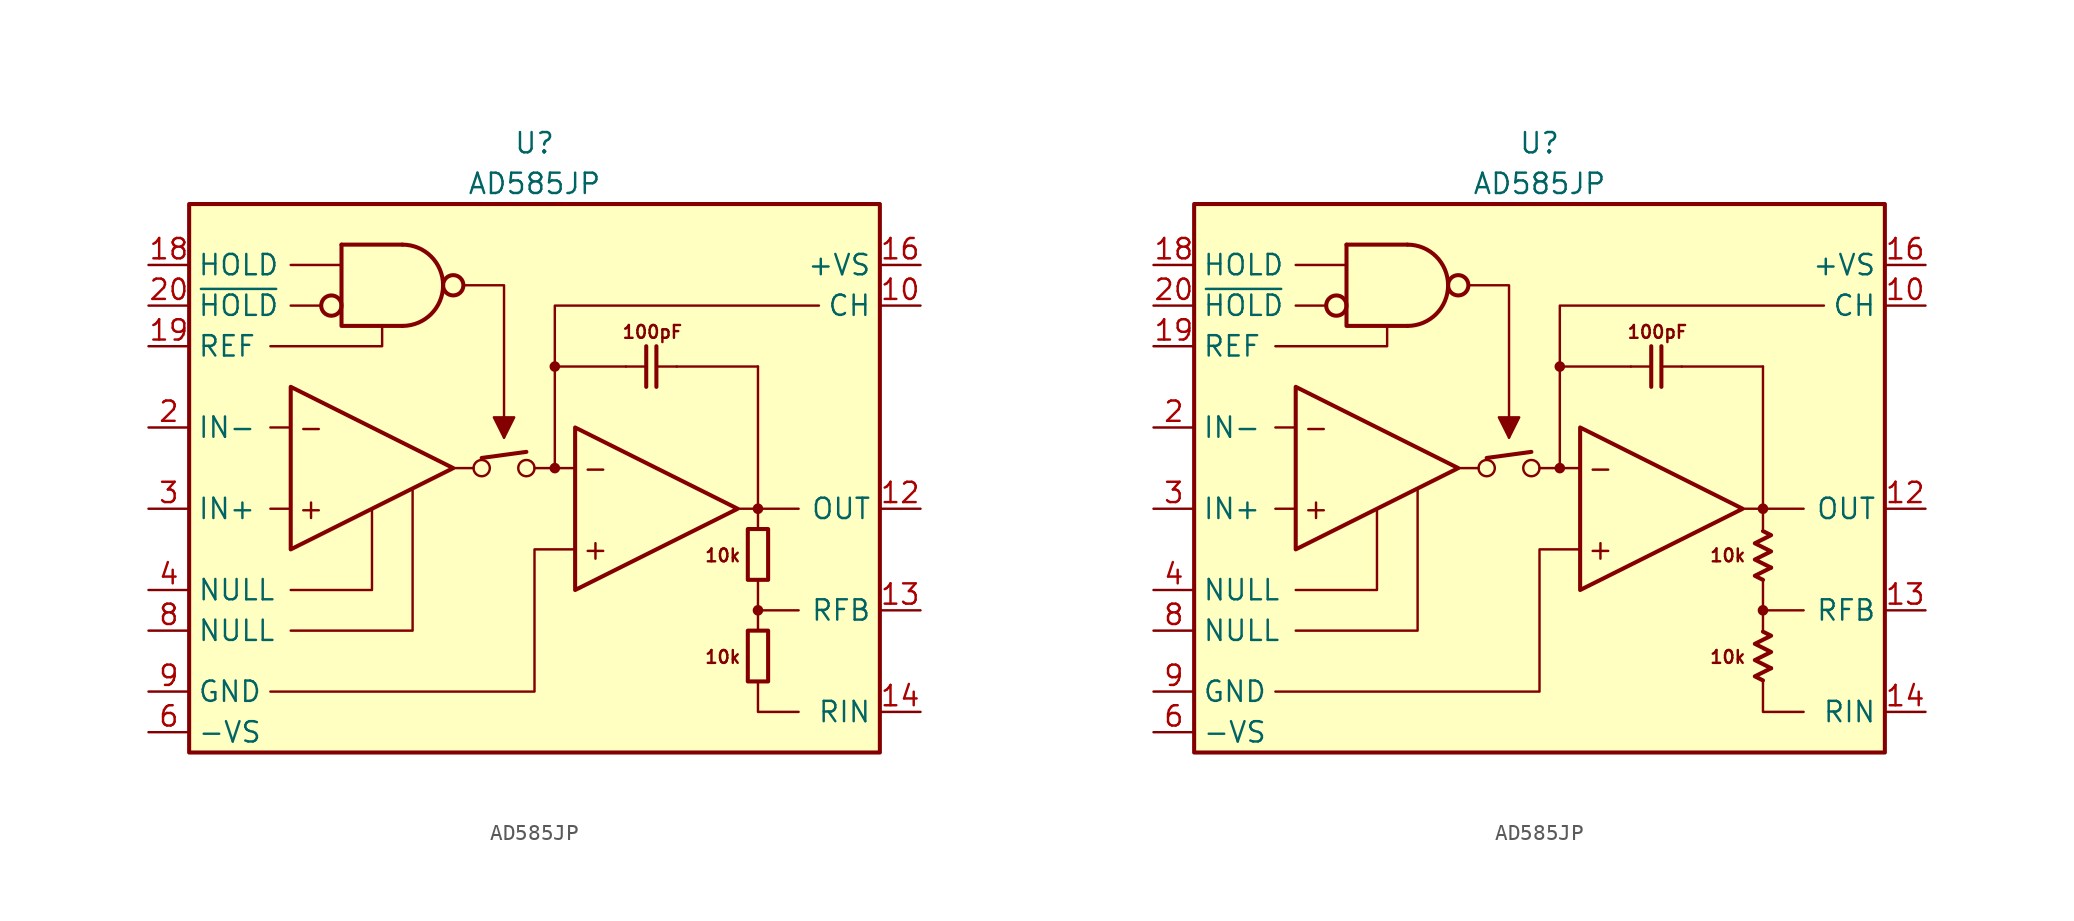
<source format=kicad_sym>
(kicad_symbol_lib
  (version 20231120)
  (generator "kicad_symbol_editor")
  (generator_version "8.0")
  (symbol "AD585JP"
    (property "Reference" "U"
      (at 0 22.86 0)
      (effects (font (size 1.27 1.27))))
    (property "Value" "AD585JP"
      (at 0 20.32 0)
      (effects (font (size 1.27 1.27))))
    (symbol "AD585JP_0_0"
      (rectangle (start -21.59 19.05) (end 21.59 -15.24) (stroke (width 0.254) (type default)) (fill (type background)))
      (circle (center -3.302 2.54) (radius 0.508) (stroke (width 0) (type default)) (fill (type none)))
      (circle (center -0.508 2.54) (radius 0.508) (stroke (width 0) (type default)) (fill (type none)))
      (polyline (pts (xy -15.24 0) (xy -16.51 0)) (stroke (width 0.152) (type default)) (fill (type none)))
      (polyline (pts (xy -15.24 5.08) (xy -16.51 5.08)) (stroke (width 0.152) (type default)) (fill (type none)))
      (polyline (pts (xy -13.335 12.7) (xy -15.24 12.7)) (stroke (width 0.152) (type default)) (fill (type none)))
      (polyline (pts (xy -12.065 15.24) (xy -15.24 15.24)) (stroke (width 0.152) (type default)) (fill (type none)))
      (polyline (pts (xy -3.81 2.54) (xy -5.08 2.54)) (stroke (width 0.152) (type default)) (fill (type none)))
      (polyline (pts (xy -3.302 3.175) (xy -0.508 3.556)) (stroke (width 0.254) (type default)) (fill (type none)))
      (polyline (pts (xy -1.905 5.08) (xy -1.905 4.445)) (stroke (width 0.152) (type default)) (fill (type none)))
      (polyline (pts (xy 1.27 2.54) (xy 1.27 8.89)) (stroke (width 0.152) (type default)) (fill (type none)))
      (polyline (pts (xy 1.27 8.89) (xy 5.715 8.89)) (stroke (width 0.152) (type default)) (fill (type none)))
      (polyline (pts (xy 2.54 2.54) (xy 0 2.54)) (stroke (width 0.152) (type default)) (fill (type none)))
      (polyline (pts (xy 8.89 8.89) (xy 13.97 8.89)) (stroke (width 0.152) (type default)) (fill (type none)))
      (polyline (pts (xy 12.7 0) (xy 13.97 0)) (stroke (width 0.152) (type default)) (fill (type none)))
      (polyline (pts (xy 13.97 -7.62) (xy 13.97 -4.445)) (stroke (width 0.152) (type default)) (fill (type none)))
      (polyline (pts (xy 13.97 -6.35) (xy 16.51 -6.35)) (stroke (width 0.152) (type default)) (fill (type none)))
      (polyline (pts (xy 13.97 -1.27) (xy 13.97 0)) (stroke (width 0.152) (type default)) (fill (type none)))
      (polyline (pts (xy 13.97 0) (xy 16.51 0)) (stroke (width 0.152) (type default)) (fill (type none)))
      (polyline (pts (xy 13.97 8.89) (xy 13.97 0)) (stroke (width 0.152) (type default)) (fill (type none)))
      (polyline (pts (xy -15.24 -5.08) (xy -10.16 -5.08) (xy -10.16 0)) (stroke (width 0.152) (type default)) (fill (type none)))
      (polyline (pts (xy -9.525 11.43) (xy -9.525 10.16) (xy -16.51 10.16)) (stroke (width 0.152) (type default)) (fill (type none)))
      (polyline (pts (xy -7.62 1.27) (xy -7.62 -7.62) (xy -15.24 -7.62)) (stroke (width 0.152) (type default)) (fill (type none)))
      (polyline (pts (xy -4.445 13.97) (xy -1.905 13.97) (xy -1.905 5.08)) (stroke (width 0.152) (type default)) (fill (type none)))
      (polyline (pts (xy 1.27 8.89) (xy 1.27 12.7) (xy 17.78 12.7)) (stroke (width 0.152) (type default)) (fill (type none)))
      (polyline (pts (xy 13.97 -10.795) (xy 13.97 -12.7) (xy 16.51 -12.7)) (stroke (width 0.152) (type default)) (fill (type none)))
      (polyline (pts (xy -16.51 -11.43) (xy 0 -11.43) (xy 0 -2.54) (xy 2.54 -2.54)) (stroke (width 0.152) (type default)) (fill (type none)))
      (polyline (pts (xy -1.905 4.445) (xy -2.54 5.715) (xy -1.27 5.715) (xy -1.905 4.445)) (stroke (width 0.152) (type default)) (fill (type outline)))
      (circle (center 1.27 2.54) (radius 0.254) (stroke (width 0.152) (type default)) (fill (type outline)))
      (circle (center 1.27 8.89) (radius 0.254) (stroke (width 0.152) (type default)) (fill (type outline)))
      (circle (center 13.97 -6.35) (radius 0.254) (stroke (width 0.152) (type default)) (fill (type outline)))
      (circle (center 13.97 0) (radius 0.254) (stroke (width 0.152) (type default)) (fill (type outline)))
      (text "+" (at -13.97 0 0) (effects (font (size 1.27 1.27))))
      (text "+" (at 3.81 -2.54 0) (effects (font (size 1.27 1.27))))
      (text "-" (at -13.97 5.08 0) (effects (font (size 1.27 1.27))))
      (text "-" (at 3.81 2.54 0) (effects (font (size 1.27 1.27))))
      (text "100pF" (at 7.366 11.049 0) (effects (font (size 0.8 0.8))))
      (text "10k" (at 12.954 -9.271 0) (effects (font (size 0.8 0.8)) (justify right)))
      (text "10k" (at 12.954 -2.921 0) (effects (font (size 0.8 0.8)) (justify right))))
    (symbol "AD585JP_0_1"
      (rectangle (start 13.335 -7.62) (end 14.605 -10.795) (stroke (width 0.254) (type default)) (fill (type none)))
      (rectangle (start 13.335 -1.27) (end 14.605 -4.445) (stroke (width 0.254) (type default)) (fill (type none))))
    (symbol "AD585JP_0_2"
      (polyline (pts (xy 14.478 -9.97) (xy 13.462 -10.477) (xy 13.97 -10.732)) (stroke (width 0.254) (type default)) (fill (type none)))
      (polyline (pts (xy 14.478 -3.683) (xy 13.462 -4.191) (xy 13.97 -4.445)) (stroke (width 0.254) (type default)) (fill (type none)))
      (polyline (pts (xy 13.97 -7.684) (xy 14.478 -7.938) (xy 13.462 -8.445) (xy 14.478 -8.954) (xy 13.462 -9.461) (xy 14.478 -9.97)) (stroke (width 0.254) (type default)) (fill (type none)))
      (polyline (pts (xy 13.97 -1.397) (xy 14.478 -1.651) (xy 13.462 -2.159) (xy 14.478 -2.667) (xy 13.462 -3.175) (xy 14.478 -3.683)) (stroke (width 0.254) (type default)) (fill (type none))))
    (symbol "AD585JP_1_0"
      (circle (center -12.7 12.7) (radius 0.635) (stroke (width 0.254) (type default)) (fill (type none)))
      (arc (start -8.255 11.43) (mid -5.726 13.97) (end -8.255 16.51) (stroke (width 0.254) (type default)) (fill (type none)))
      (circle (center -5.08 13.97) (radius 0.635) (stroke (width 0.254) (type default)) (fill (type none)))
      (polyline (pts (xy -12.065 16.51) (xy -8.255 16.51)) (stroke (width 0.254) (type default)) (fill (type none)))
      (polyline (pts (xy 5.715 8.89) (xy 6.985 8.89)) (stroke (width 0.152) (type default)) (fill (type none)))
      (polyline (pts (xy 6.985 7.62) (xy 6.985 10.16)) (stroke (width 0.254) (type default)) (fill (type none)))
      (polyline (pts (xy 7.62 10.16) (xy 7.62 7.62)) (stroke (width 0.254) (type default)) (fill (type none)))
      (polyline (pts (xy 8.89 8.89) (xy 7.62 8.89)) (stroke (width 0.152) (type default)) (fill (type none)))
      (polyline (pts (xy -12.065 16.51) (xy -12.065 11.43) (xy -8.255 11.43)) (stroke (width 0.254) (type default)) (fill (type none)))
      (polyline (pts (xy -15.24 7.62) (xy -15.24 -2.54) (xy -5.08 2.54) (xy -15.24 7.62)) (stroke (width 0.254) (type default)) (fill (type none)))
      (polyline (pts (xy 2.54 5.08) (xy 2.54 -5.08) (xy 12.7 0) (xy 2.54 5.08)) (stroke (width 0.254) (type default)) (fill (type none))))
    (symbol "AD585JP_1_1"
      (pin free line (at -1.27 1.27 0) (length 2.54) hide (name "NC" (effects (font (size 1.27 1.27)))) (number "1" (effects (font (size 1.27 1.27)))))
      (pin passive line (at 24.13 12.7 180) (length 2.54) (name "CH" (effects (font (size 1.27 1.27)))) (number "10" (effects (font (size 1.27 1.27)))))
      (pin free line (at -1.27 -6.35 0) (length 2.54) hide (name "NC" (effects (font (size 1.27 1.27)))) (number "11" (effects (font (size 1.27 1.27)))))
      (pin output line (at 24.13 0 180) (length 2.54) (name "OUT" (effects (font (size 1.27 1.27)))) (number "12" (effects (font (size 1.27 1.27)))))
      (pin passive line (at 24.13 -6.35 180) (length 2.54) (name "RFB" (effects (font (size 1.27 1.27)))) (number "13" (effects (font (size 1.27 1.27)))))
      (pin passive line (at 24.13 -12.7 180) (length 2.54) (name "RIN" (effects (font (size 1.27 1.27)))) (number "14" (effects (font (size 1.27 1.27)))))
      (pin free line (at -1.27 -8.89 0) (length 2.54) hide (name "NC" (effects (font (size 1.27 1.27)))) (number "15" (effects (font (size 1.27 1.27)))))
      (pin power_in line (at 24.13 15.24 180) (length 2.54) (name "+VS" (effects (font (size 1.27 1.27)))) (number "16" (effects (font (size 1.27 1.27)))))
      (pin free line (at -1.27 -11.43 0) (length 2.54) hide (name "NC" (effects (font (size 1.27 1.27)))) (number "17" (effects (font (size 1.27 1.27)))))
      (pin input line (at -24.13 15.24 0) (length 2.54) (name "HOLD" (effects (font (size 1.27 1.27)))) (number "18" (effects (font (size 1.27 1.27)))))
      (pin input line (at -24.13 10.16 0) (length 2.54) (name "REF" (effects (font (size 1.27 1.27)))) (number "19" (effects (font (size 1.27 1.27)))))
      (pin input line (at -24.13 5.08 0) (length 2.54) (name "IN-" (effects (font (size 1.27 1.27)))) (number "2" (effects (font (size 1.27 1.27)))))
      (pin input line (at -24.13 12.7 0) (length 2.54) (name "~{HOLD}" (effects (font (size 1.27 1.27)))) (number "20" (effects (font (size 1.27 1.27)))))
      (pin input line (at -24.13 0 0) (length 2.54) (name "IN+" (effects (font (size 1.27 1.27)))) (number "3" (effects (font (size 1.27 1.27)))))
      (pin passive line (at -24.13 -5.08 0) (length 2.54) (name "NULL" (effects (font (size 1.27 1.27)))) (number "4" (effects (font (size 1.27 1.27)))))
      (pin free line (at -1.27 -1.27 0) (length 2.54) hide (name "NC" (effects (font (size 1.27 1.27)))) (number "5" (effects (font (size 1.27 1.27)))))
      (pin power_in line (at -24.13 -13.97 0) (length 2.54) (name "-VS" (effects (font (size 1.27 1.27)))) (number "6" (effects (font (size 1.27 1.27)))))
      (pin free line (at -1.27 -3.81 0) (length 2.54) hide (name "NC" (effects (font (size 1.27 1.27)))) (number "7" (effects (font (size 1.27 1.27)))))
      (pin passive line (at -24.13 -7.62 0) (length 2.54) (name "NULL" (effects (font (size 1.27 1.27)))) (number "8" (effects (font (size 1.27 1.27)))))
      (pin power_in line (at -24.13 -11.43 0) (length 2.54) (name "GND" (effects (font (size 1.27 1.27)))) (number "9" (effects (font (size 1.27 1.27))))))
    (symbol "AD585JP_1_2"
      (pin free line (at -1.27 1.27 0) (length 2.54) hide (name "NC" (effects (font (size 1.27 1.27)))) (number "1" (effects (font (size 1.27 1.27)))))
      (pin passive line (at 24.13 12.7 180) (length 2.54) (name "CH" (effects (font (size 1.27 1.27)))) (number "10" (effects (font (size 1.27 1.27)))))
      (pin free line (at -1.27 -6.35 0) (length 2.54) hide (name "NC" (effects (font (size 1.27 1.27)))) (number "11" (effects (font (size 1.27 1.27)))))
      (pin output line (at 24.13 0 180) (length 2.54) (name "OUT" (effects (font (size 1.27 1.27)))) (number "12" (effects (font (size 1.27 1.27)))))
      (pin passive line (at 24.13 -6.35 180) (length 2.54) (name "RFB" (effects (font (size 1.27 1.27)))) (number "13" (effects (font (size 1.27 1.27)))))
      (pin passive line (at 24.13 -12.7 180) (length 2.54) (name "RIN" (effects (font (size 1.27 1.27)))) (number "14" (effects (font (size 1.27 1.27)))))
      (pin free line (at -1.27 -8.89 0) (length 2.54) hide (name "NC" (effects (font (size 1.27 1.27)))) (number "15" (effects (font (size 1.27 1.27)))))
      (pin power_in line (at 24.13 15.24 180) (length 2.54) (name "+VS" (effects (font (size 1.27 1.27)))) (number "16" (effects (font (size 1.27 1.27)))))
      (pin free line (at -1.27 -11.43 0) (length 2.54) hide (name "NC" (effects (font (size 1.27 1.27)))) (number "17" (effects (font (size 1.27 1.27)))))
      (pin input line (at -24.13 15.24 0) (length 2.54) (name "HOLD" (effects (font (size 1.27 1.27)))) (number "18" (effects (font (size 1.27 1.27)))))
      (pin input line (at -24.13 10.16 0) (length 2.54) (name "REF" (effects (font (size 1.27 1.27)))) (number "19" (effects (font (size 1.27 1.27)))))
      (pin input line (at -24.13 5.08 0) (length 2.54) (name "IN-" (effects (font (size 1.27 1.27)))) (number "2" (effects (font (size 1.27 1.27)))))
      (pin input line (at -24.13 12.7 0) (length 2.54) (name "~{HOLD}" (effects (font (size 1.27 1.27)))) (number "20" (effects (font (size 1.27 1.27)))))
      (pin input line (at -24.13 0 0) (length 2.54) (name "IN+" (effects (font (size 1.27 1.27)))) (number "3" (effects (font (size 1.27 1.27)))))
      (pin passive line (at -24.13 -5.08 0) (length 2.54) (name "NULL" (effects (font (size 1.27 1.27)))) (number "4" (effects (font (size 1.27 1.27)))))
      (pin free line (at -1.27 -1.27 0) (length 2.54) hide (name "NC" (effects (font (size 1.27 1.27)))) (number "5" (effects (font (size 1.27 1.27)))))
      (pin power_in line (at -24.13 -13.97 0) (length 2.54) (name "-VS" (effects (font (size 1.27 1.27)))) (number "6" (effects (font (size 1.27 1.27)))))
      (pin free line (at -1.27 -3.81 0) (length 2.54) hide (name "NC" (effects (font (size 1.27 1.27)))) (number "7" (effects (font (size 1.27 1.27)))))
      (pin passive line (at -24.13 -7.62 0) (length 2.54) (name "NULL" (effects (font (size 1.27 1.27)))) (number "8" (effects (font (size 1.27 1.27)))))
      (pin power_in line (at -24.13 -11.43 0) (length 2.54) (name "GND" (effects (font (size 1.27 1.27)))) (number "9" (effects (font (size 1.27 1.27))))))))
</source>
